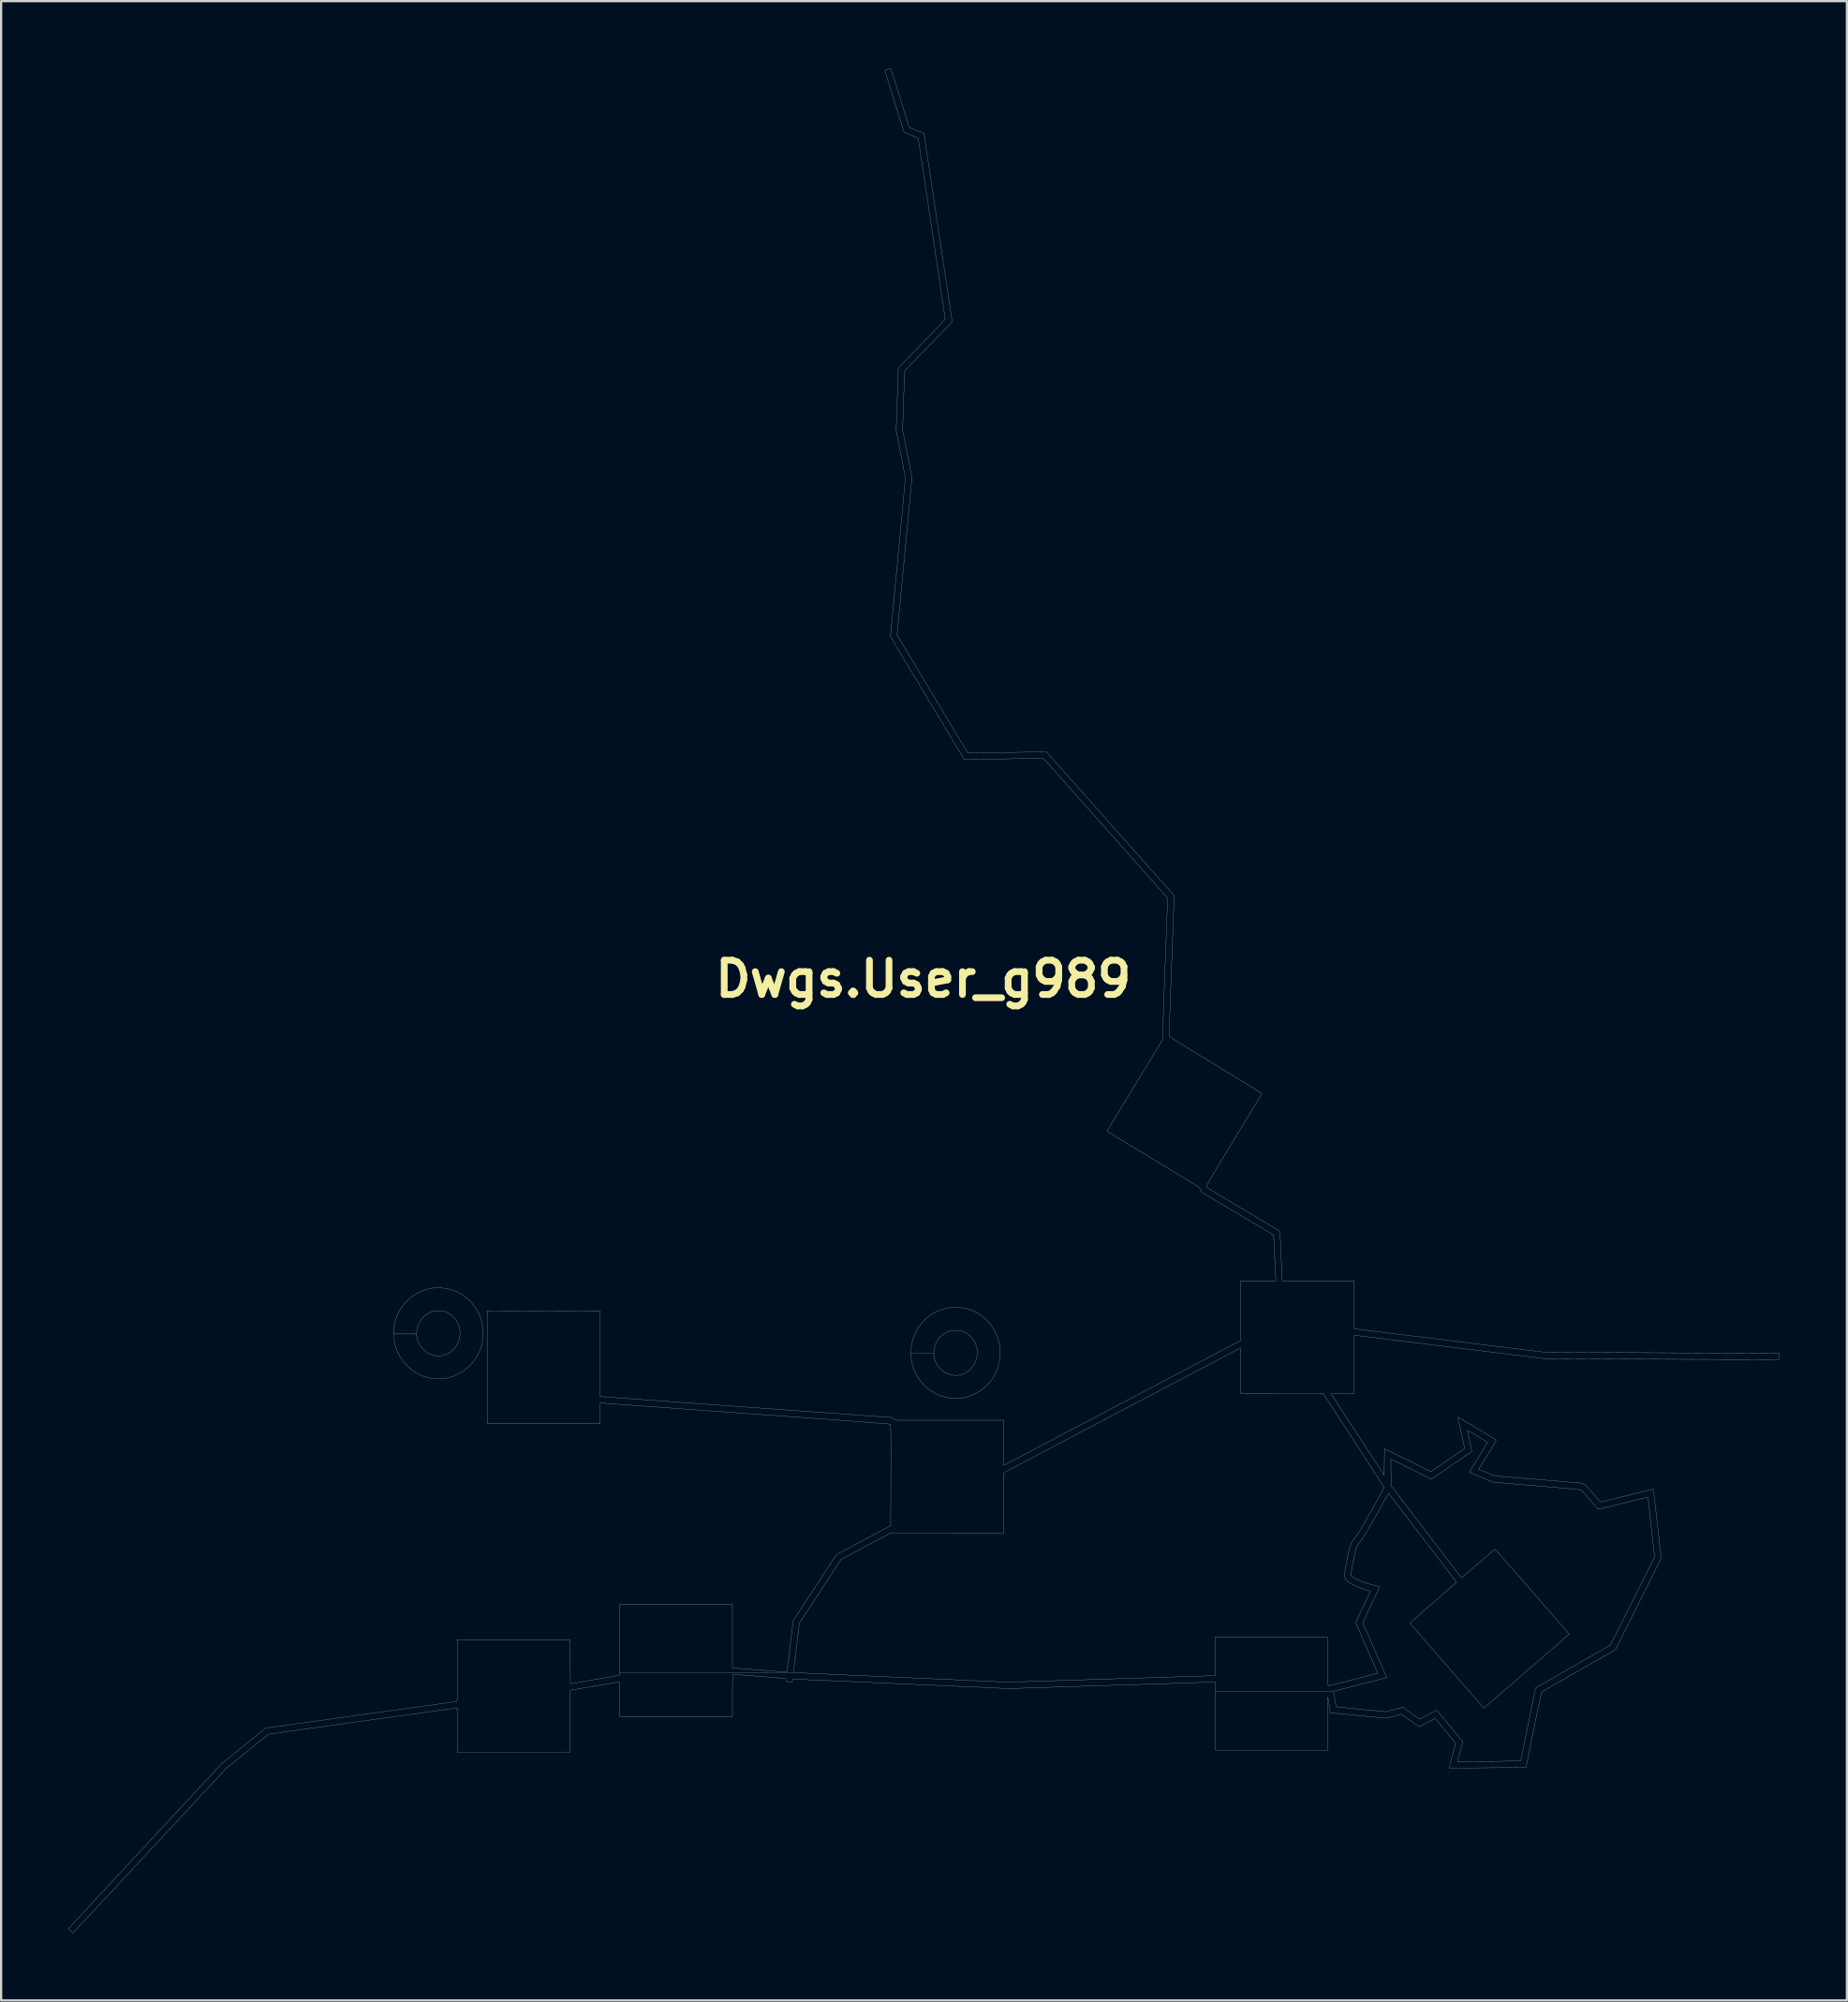
<source format=kicad_pcb>
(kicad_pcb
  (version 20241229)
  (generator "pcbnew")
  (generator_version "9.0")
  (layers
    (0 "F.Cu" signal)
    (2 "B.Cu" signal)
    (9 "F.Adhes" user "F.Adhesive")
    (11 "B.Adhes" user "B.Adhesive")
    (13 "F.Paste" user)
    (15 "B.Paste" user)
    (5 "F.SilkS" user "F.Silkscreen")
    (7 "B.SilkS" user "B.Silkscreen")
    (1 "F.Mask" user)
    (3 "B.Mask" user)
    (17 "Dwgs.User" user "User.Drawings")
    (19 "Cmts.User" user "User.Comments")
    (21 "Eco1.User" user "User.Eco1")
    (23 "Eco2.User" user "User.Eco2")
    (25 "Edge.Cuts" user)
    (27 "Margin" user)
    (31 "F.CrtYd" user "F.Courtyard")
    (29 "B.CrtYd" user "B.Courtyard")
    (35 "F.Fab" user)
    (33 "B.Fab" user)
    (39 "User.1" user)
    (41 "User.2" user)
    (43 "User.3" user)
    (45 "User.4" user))
  (footprint "Dwgs.User_g989"
    (layer "F.Cu")
    (at 38.016 40.484)
    (property "Reference" "Dwgs.User_g989" (at 0 0 0) (layer "F.SilkS") (effects (font (size 1.524 1.524) (thickness 0.3))))
    (attr through_hole)
    (fp_poly (pts (xy 1.619 14.608) (xy 1.902 14.652) (xy 2.166 14.734) (xy 2.414 14.855) (xy 2.645 15.015) (xy 2.859 15.214) (xy 3.043 15.433) (xy 3.188 15.663) (xy 3.298 15.909) (xy 3.314 15.954) (xy 3.389 16.238) (xy 3.423 16.527) (xy 3.416 16.815) (xy 3.369 17.1) (xy 3.282 17.376) (xy 3.229 17.497) (xy 3.155 17.645) (xy 3.083 17.766) (xy 3.004 17.876) (xy 2.907 17.99) (xy 2.874 18.025) (xy 2.663 18.221) (xy 2.427 18.382) (xy 2.167 18.509) (xy 1.974 18.576) (xy 1.885 18.601) (xy 1.801 18.618) (xy 1.709 18.629) (xy 1.598 18.636) (xy 1.492 18.639) (xy 1.302 18.64) (xy 1.151 18.631) (xy 1.057 18.617) (xy 0.776 18.538) (xy 0.515 18.423) (xy 0.276 18.273) (xy 0.062 18.094) (xy -0.125 17.885) (xy -0.282 17.652) (xy -0.406 17.395) (xy -0.495 17.118) (xy -0.512 17.043) (xy -0.539 16.853) (xy -0.549 16.646) (xy 0.466 16.646) (xy 0.489 16.842) (xy 0.497 16.876) (xy 0.565 17.063) (xy 0.664 17.228) (xy 0.789 17.369) (xy 0.936 17.483) (xy 1.099 17.567) (xy 1.274 17.618) (xy 1.457 17.632) (xy 1.642 17.608) (xy 1.662 17.603) (xy 1.851 17.531) (xy 2.018 17.425) (xy 2.159 17.288) (xy 2.272 17.124) (xy 2.354 16.935) (xy 2.385 16.819) (xy 2.406 16.622) (xy 2.387 16.427) (xy 2.332 16.239) (xy 2.242 16.066) (xy 2.12 15.912) (xy 1.969 15.784) (xy 1.904 15.742) (xy 1.736 15.668) (xy 1.554 15.628) (xy 1.367 15.623) (xy 1.185 15.652) (xy 1.052 15.701) (xy 0.882 15.803) (xy 0.737 15.934) (xy 0.62 16.09) (xy 0.534 16.265) (xy 0.482 16.452) (xy 0.466 16.646) (xy -0.549 16.646) (xy -0.549 16.644) (xy -0.541 16.43) (xy -0.516 16.227) (xy -0.478 16.059) (xy -0.375 15.782) (xy -0.24 15.529) (xy -0.075 15.301) (xy 0.117 15.103) (xy 0.333 14.934) (xy 0.57 14.798) (xy 0.825 14.695) (xy 1.095 14.629) (xy 1.378 14.601) (xy 1.619 14.608)) (stroke (width 0.01) (type solid)) (fill no) (layer "Dwgs.User"))
    (fp_poly (pts (xy -21.194 13.767) (xy -20.923 13.838) (xy -20.668 13.946) (xy -20.431 14.088) (xy -20.217 14.263) (xy -20.027 14.47) (xy -19.865 14.706) (xy -19.778 14.87) (xy -19.709 15.027) (xy -19.658 15.17) (xy -19.623 15.311) (xy -19.603 15.461) (xy -19.593 15.634) (xy -19.592 15.759) (xy -19.595 15.939) (xy -19.607 16.09) (xy -19.628 16.224) (xy -19.663 16.353) (xy -19.712 16.491) (xy -19.755 16.593) (xy -19.883 16.837) (xy -20.046 17.062) (xy -20.239 17.262) (xy -20.457 17.434) (xy -20.698 17.576) (xy -20.955 17.684) (xy -21.206 17.75) (xy -21.334 17.767) (xy -21.487 17.776) (xy -21.648 17.776) (xy -21.802 17.768) (xy -21.933 17.751) (xy -21.95 17.748) (xy -22.226 17.67) (xy -22.484 17.556) (xy -22.721 17.408) (xy -22.934 17.23) (xy -23.121 17.023) (xy -23.278 16.791) (xy -23.404 16.537) (xy -23.494 16.264) (xy -23.529 16.1) (xy -23.551 15.904) (xy -23.553 15.787) (xy -22.54 15.787) (xy -22.519 15.964) (xy -22.462 16.145) (xy -22.37 16.314) (xy -22.249 16.465) (xy -22.106 16.589) (xy -21.997 16.656) (xy -21.887 16.707) (xy -21.792 16.738) (xy -21.694 16.754) (xy -21.578 16.757) (xy -21.522 16.755) (xy -21.42 16.749) (xy -21.342 16.736) (xy -21.268 16.712) (xy -21.178 16.672) (xy -21.177 16.672) (xy -21.005 16.569) (xy -20.863 16.442) (xy -20.752 16.294) (xy -20.672 16.132) (xy -20.622 15.959) (xy -20.602 15.78) (xy -20.613 15.601) (xy -20.654 15.426) (xy -20.726 15.26) (xy -20.828 15.107) (xy -20.962 14.973) (xy -21.126 14.862) (xy -21.163 14.843) (xy -21.233 14.809) (xy -21.289 14.786) (xy -21.341 14.773) (xy -21.403 14.766) (xy -21.486 14.764) (xy -21.568 14.764) (xy -21.676 14.765) (xy -21.754 14.768) (xy -21.813 14.777) (xy -21.865 14.792) (xy -21.923 14.816) (xy -21.95 14.829) (xy -22.123 14.933) (xy -22.269 15.067) (xy -22.387 15.225) (xy -22.473 15.401) (xy -22.525 15.59) (xy -22.54 15.787) (xy -23.553 15.787) (xy -23.554 15.69) (xy -23.538 15.474) (xy -23.505 15.275) (xy -23.496 15.24) (xy -23.408 14.973) (xy -23.284 14.725) (xy -23.128 14.497) (xy -22.944 14.293) (xy -22.736 14.115) (xy -22.506 13.968) (xy -22.259 13.854) (xy -21.997 13.776) (xy -21.769 13.74) (xy -21.477 13.734) (xy -21.194 13.767)) (stroke (width 0.01) (type solid)) (fill no) (layer "Dwgs.User"))
    (fp_poly (pts (xy -1.441 -40.472) (xy -1.433 -40.449) (xy -1.413 -40.389) (xy -1.383 -40.295) (xy -1.343 -40.171) (xy -1.296 -40.021) (xy -1.241 -39.847) (xy -1.181 -39.654) (xy -1.115 -39.445) (xy -1.046 -39.222) (xy -1.027 -39.16) (xy -0.624 -37.869) (xy 0.031 -37.6) (xy 0.659 -33.411) (xy 1.287 -29.222) (xy 0.66 -28.576) (xy 0.504 -28.417) (xy 0.34 -28.248) (xy 0.172 -28.075) (xy 0.009 -27.907) (xy -0.145 -27.749) (xy -0.282 -27.608) (xy -0.394 -27.493) (xy -0.82 -27.055) (xy -0.832 -26.889) (xy -0.836 -26.836) (xy -0.84 -26.746) (xy -0.845 -26.622) (xy -0.851 -26.47) (xy -0.857 -26.294) (xy -0.864 -26.098) (xy -0.871 -25.888) (xy -0.879 -25.668) (xy -0.882 -25.564) (xy -0.919 -24.405) (xy -0.711 -23.35) (xy -0.504 -22.295) (xy -0.836 -18.796) (xy -1.168 -15.297) (xy 1.979 -10.051) (xy 3.006 -10.063) (xy 3.244 -10.066) (xy 3.497 -10.069) (xy 3.757 -10.073) (xy 4.014 -10.077) (xy 4.259 -10.081) (xy 4.484 -10.084) (xy 4.679 -10.088) (xy 4.752 -10.089) (xy 5.472 -10.103) (xy 8.308 -6.913) (xy 11.144 -3.724) (xy 11.15 -3.613) (xy 11.15 -3.579) (xy 11.148 -3.506) (xy 11.145 -3.395) (xy 11.14 -3.249) (xy 11.134 -3.071) (xy 11.127 -2.863) (xy 11.119 -2.627) (xy 11.11 -2.367) (xy 11.099 -2.085) (xy 11.088 -1.783) (xy 11.077 -1.464) (xy 11.064 -1.129) (xy 11.051 -0.783) (xy 11.041 -0.517) (xy 11.027 -0.164) (xy 11.015 0.178) (xy 11.002 0.506) (xy 10.991 0.819) (xy 10.981 1.112) (xy 10.971 1.385) (xy 10.962 1.635) (xy 10.955 1.859) (xy 10.948 2.054) (xy 10.943 2.219) (xy 10.94 2.351) (xy 10.937 2.448) (xy 10.936 2.506) (xy 10.937 2.524) (xy 10.943 2.535) (xy 10.958 2.551) (xy 10.985 2.573) (xy 11.026 2.603) (xy 11.081 2.641) (xy 11.154 2.689) (xy 11.245 2.748) (xy 11.358 2.819) (xy 11.492 2.903) (xy 11.652 3.002) (xy 11.837 3.116) (xy 12.051 3.247) (xy 12.294 3.396) (xy 12.57 3.564) (xy 12.879 3.752) (xy 13.009 3.831) (xy 13.279 3.995) (xy 13.538 4.153) (xy 13.785 4.304) (xy 14.016 4.446) (xy 14.231 4.577) (xy 14.426 4.698) (xy 14.599 4.805) (xy 14.748 4.897) (xy 14.871 4.974) (xy 14.966 5.034) (xy 15.03 5.075) (xy 15.06 5.096) (xy 15.063 5.098) (xy 15.051 5.118) (xy 15.019 5.171) (xy 14.967 5.256) (xy 14.898 5.37) (xy 14.812 5.511) (xy 14.712 5.677) (xy 14.597 5.865) (xy 14.471 6.074) (xy 14.333 6.299) (xy 14.187 6.541) (xy 14.032 6.795) (xy 13.871 7.061) (xy 13.82 7.144) (xy 13.657 7.412) (xy 13.5 7.672) (xy 13.351 7.919) (xy 13.211 8.152) (xy 13.081 8.368) (xy 12.964 8.565) (xy 12.859 8.741) (xy 12.769 8.894) (xy 12.696 9.02) (xy 12.64 9.118) (xy 12.602 9.185) (xy 12.585 9.219) (xy 12.584 9.222) (xy 12.589 9.233) (xy 12.603 9.249) (xy 12.631 9.271) (xy 12.672 9.302) (xy 12.731 9.341) (xy 12.808 9.39) (xy 12.905 9.452) (xy 13.026 9.526) (xy 13.172 9.614) (xy 13.344 9.718) (xy 13.546 9.838) (xy 13.779 9.977) (xy 14.045 10.135) (xy 14.213 10.236) (xy 14.454 10.378) (xy 14.684 10.515) (xy 14.901 10.645) (xy 15.102 10.765) (xy 15.286 10.874) (xy 15.448 10.972) (xy 15.587 11.055) (xy 15.699 11.124) (xy 15.783 11.175) (xy 15.836 11.208) (xy 15.855 11.221) (xy 15.858 11.245) (xy 15.863 11.308) (xy 15.87 11.403) (xy 15.877 11.527) (xy 15.885 11.674) (xy 15.893 11.841) (xy 15.901 12.022) (xy 15.904 12.081) (xy 15.913 12.277) (xy 15.921 12.471) (xy 15.93 12.655) (xy 15.937 12.823) (xy 15.944 12.968) (xy 15.95 13.085) (xy 15.954 13.166) (xy 15.954 13.171) (xy 15.966 13.42) (xy 19.156 13.42) (xy 19.156 14.489) (xy 19.156 14.734) (xy 19.157 14.941) (xy 19.158 15.112) (xy 19.159 15.249) (xy 19.161 15.357) (xy 19.164 15.438) (xy 19.168 15.495) (xy 19.173 15.532) (xy 19.178 15.552) (xy 19.184 15.557) (xy 19.208 15.56) (xy 19.271 15.568) (xy 19.373 15.58) (xy 19.511 15.597) (xy 19.682 15.618) (xy 19.886 15.642) (xy 20.119 15.671) (xy 20.38 15.703) (xy 20.668 15.739) (xy 20.979 15.777) (xy 21.312 15.818) (xy 21.666 15.862) (xy 22.037 15.908) (xy 22.424 15.955) (xy 22.825 16.005) (xy 23.238 16.056) (xy 23.412 16.078) (xy 27.612 16.598) (xy 31.803 16.618) (xy 32.238 16.62) (xy 32.672 16.622) (xy 33.101 16.624) (xy 33.523 16.626) (xy 33.936 16.628) (xy 34.335 16.63) (xy 34.72 16.632) (xy 35.087 16.633) (xy 35.432 16.635) (xy 35.755 16.636) (xy 36.051 16.638) (xy 36.318 16.639) (xy 36.553 16.64) (xy 36.754 16.641) (xy 36.918 16.642) (xy 37.031 16.643) (xy 38.068 16.648) (xy 38.075 16.772) (xy 38.075 16.842) (xy 38.071 16.895) (xy 38.064 16.915) (xy 38.041 16.916) (xy 37.978 16.917) (xy 37.877 16.918) (xy 37.738 16.919) (xy 37.565 16.92) (xy 37.358 16.92) (xy 37.119 16.921) (xy 36.852 16.921) (xy 36.556 16.92) (xy 36.234 16.92) (xy 35.889 16.919) (xy 35.521 16.919) (xy 35.132 16.918) (xy 34.725 16.917) (xy 34.301 16.915) (xy 33.861 16.914) (xy 33.409 16.912) (xy 32.945 16.91) (xy 32.861 16.91) (xy 27.675 16.888) (xy 23.474 16.371) (xy 23.056 16.32) (xy 22.649 16.27) (xy 22.255 16.221) (xy 21.875 16.174) (xy 21.513 16.13) (xy 21.169 16.087) (xy 20.847 16.048) (xy 20.547 16.01) (xy 20.273 15.976) (xy 20.025 15.946) (xy 19.806 15.919) (xy 19.619 15.895) (xy 19.464 15.876) (xy 19.345 15.861) (xy 19.263 15.851) (xy 19.22 15.845) (xy 19.214 15.844) (xy 19.156 15.834) (xy 19.156 18.435) (xy 18.646 18.441) (xy 18.137 18.447) (xy 19.318 20.26) (xy 20.5 22.073) (xy 20.506 21.482) (xy 20.507 21.329) (xy 20.509 21.191) (xy 20.512 21.072) (xy 20.514 20.979) (xy 20.517 20.918) (xy 20.52 20.892) (xy 20.52 20.892) (xy 20.54 20.901) (xy 20.594 20.927) (xy 20.68 20.969) (xy 20.792 21.024) (xy 20.929 21.092) (xy 21.086 21.17) (xy 21.26 21.256) (xy 21.448 21.349) (xy 21.553 21.401) (xy 22.577 21.911) (xy 23.137 21.525) (xy 23.284 21.424) (xy 23.429 21.323) (xy 23.567 21.228) (xy 23.691 21.143) (xy 23.794 21.072) (xy 23.871 21.019) (xy 23.889 21.006) (xy 24.082 20.872) (xy 23.926 20.18) (xy 23.889 20.015) (xy 23.856 19.864) (xy 23.827 19.731) (xy 23.804 19.622) (xy 23.787 19.541) (xy 23.778 19.493) (xy 23.777 19.481) (xy 23.796 19.49) (xy 23.847 19.518) (xy 23.925 19.563) (xy 24.027 19.623) (xy 24.147 19.694) (xy 24.282 19.774) (xy 24.426 19.861) (xy 24.577 19.951) (xy 24.729 20.043) (xy 24.878 20.133) (xy 25.02 20.22) (xy 25.151 20.3) (xy 25.266 20.37) (xy 25.36 20.429) (xy 25.43 20.473) (xy 25.471 20.501) (xy 25.48 20.508) (xy 25.471 20.53) (xy 25.442 20.584) (xy 25.396 20.665) (xy 25.334 20.77) (xy 25.261 20.893) (xy 25.177 21.032) (xy 25.096 21.165) (xy 24.704 21.802) (xy 24.782 21.835) (xy 24.83 21.855) (xy 24.908 21.887) (xy 25.005 21.927) (xy 25.112 21.972) (xy 25.14 21.983) (xy 25.42 22.098) (xy 27.352 22.257) (xy 27.635 22.28) (xy 27.907 22.303) (xy 28.165 22.325) (xy 28.406 22.345) (xy 28.626 22.364) (xy 28.823 22.38) (xy 28.993 22.395) (xy 29.133 22.407) (xy 29.241 22.417) (xy 29.313 22.424) (xy 29.347 22.427) (xy 29.348 22.428) (xy 29.373 22.437) (xy 29.406 22.46) (xy 29.449 22.499) (xy 29.507 22.559) (xy 29.582 22.642) (xy 29.677 22.753) (xy 29.76 22.85) (xy 29.867 22.976) (xy 29.951 23.073) (xy 30.015 23.145) (xy 30.062 23.195) (xy 30.098 23.227) (xy 30.124 23.244) (xy 30.146 23.251) (xy 30.166 23.25) (xy 30.173 23.249) (xy 30.205 23.242) (xy 30.275 23.225) (xy 30.377 23.2) (xy 30.508 23.168) (xy 30.664 23.13) (xy 30.841 23.086) (xy 31.034 23.038) (xy 31.24 22.987) (xy 31.333 22.964) (xy 31.542 22.912) (xy 31.739 22.863) (xy 31.92 22.819) (xy 32.081 22.779) (xy 32.218 22.746) (xy 32.328 22.72) (xy 32.406 22.701) (xy 32.449 22.692) (xy 32.455 22.691) (xy 32.462 22.705) (xy 32.472 22.747) (xy 32.484 22.82) (xy 32.498 22.924) (xy 32.516 23.062) (xy 32.537 23.235) (xy 32.562 23.444) (xy 32.59 23.691) (xy 32.622 23.977) (xy 32.649 24.227) (xy 32.817 25.763) (xy 30.787 29.824) (xy 29.168 30.748) (xy 28.926 30.886) (xy 28.695 31.018) (xy 28.477 31.143) (xy 28.274 31.259) (xy 28.089 31.366) (xy 27.926 31.46) (xy 27.786 31.541) (xy 27.672 31.608) (xy 27.588 31.657) (xy 27.535 31.689) (xy 27.517 31.701) (xy 27.506 31.728) (xy 27.487 31.796) (xy 27.461 31.905) (xy 27.427 32.053) (xy 27.386 32.241) (xy 27.338 32.468) (xy 27.282 32.733) (xy 27.219 33.035) (xy 27.15 33.375) (xy 27.145 33.396) (xy 26.806 35.063) (xy 25.103 35.077) (xy 24.839 35.08) (xy 24.587 35.081) (xy 24.35 35.083) (xy 24.132 35.084) (xy 23.936 35.085) (xy 23.765 35.085) (xy 23.622 35.085) (xy 23.511 35.085) (xy 23.434 35.084) (xy 23.396 35.083) (xy 23.391 35.083) (xy 23.394 35.06) (xy 23.406 35.003) (xy 23.427 34.92) (xy 23.454 34.815) (xy 23.483 34.708) (xy 23.52 34.574) (xy 23.558 34.44) (xy 23.592 34.317) (xy 23.62 34.216) (xy 23.633 34.167) (xy 23.682 33.992) (xy 23.226 33.437) (xy 23.118 33.306) (xy 23.019 33.186) (xy 22.932 33.08) (xy 22.86 32.993) (xy 22.807 32.928) (xy 22.775 32.89) (xy 22.767 32.88) (xy 22.749 32.889) (xy 22.699 32.914) (xy 22.623 32.954) (xy 22.528 33.005) (xy 22.418 33.063) (xy 22.413 33.066) (xy 22.061 33.255) (xy 21.664 32.976) (xy 21.267 32.697) (xy 20.933 32.785) (xy 20.6 32.872) (xy 19.354 32.753) (xy 19.129 32.731) (xy 18.917 32.711) (xy 18.722 32.692) (xy 18.547 32.675) (xy 18.395 32.66) (xy 18.272 32.648) (xy 18.18 32.639) (xy 18.123 32.633) (xy 18.104 32.631) (xy 18.1 32.61) (xy 18.091 32.554) (xy 18.078 32.471) (xy 18.062 32.366) (xy 18.049 32.279) (xy 17.996 31.93) (xy 17.994 33.11) (xy 17.992 34.29) (xy 12.975 34.29) (xy 12.975 31.673) (xy 18.253 31.673) (xy 18.253 31.696) (xy 18.26 31.752) (xy 18.271 31.833) (xy 18.287 31.929) (xy 18.304 32.033) (xy 18.322 32.135) (xy 18.339 32.228) (xy 18.354 32.302) (xy 18.365 32.35) (xy 18.37 32.362) (xy 18.395 32.367) (xy 18.457 32.374) (xy 18.554 32.385) (xy 18.68 32.399) (xy 18.833 32.415) (xy 19.008 32.432) (xy 19.201 32.451) (xy 19.408 32.471) (xy 19.487 32.479) (xy 20.585 32.583) (xy 20.951 32.484) (xy 21.318 32.385) (xy 21.691 32.644) (xy 21.802 32.721) (xy 21.901 32.789) (xy 21.982 32.845) (xy 22.042 32.886) (xy 22.074 32.907) (xy 22.077 32.909) (xy 22.087 32.908) (xy 22.111 32.898) (xy 22.152 32.879) (xy 22.213 32.847) (xy 22.299 32.802) (xy 22.412 32.742) (xy 22.556 32.664) (xy 22.684 32.595) (xy 22.836 32.512) (xy 23.418 33.218) (xy 23.999 33.924) (xy 23.877 34.361) (xy 23.755 34.798) (xy 24.699 34.795) (xy 24.917 34.794) (xy 25.141 34.793) (xy 25.362 34.791) (xy 25.573 34.789) (xy 25.767 34.786) (xy 25.936 34.783) (xy 26.073 34.78) (xy 26.109 34.779) (xy 26.575 34.766) (xy 26.904 33.147) (xy 27.233 31.528) (xy 28.894 30.576) (xy 30.555 29.625) (xy 31.541 27.666) (xy 32.527 25.707) (xy 32.384 24.416) (xy 32.358 24.185) (xy 32.334 23.967) (xy 32.312 23.764) (xy 32.291 23.58) (xy 32.273 23.419) (xy 32.258 23.286) (xy 32.246 23.182) (xy 32.238 23.113) (xy 32.234 23.082) (xy 32.234 23.081) (xy 32.23 23.072) (xy 32.222 23.066) (xy 32.205 23.063) (xy 32.177 23.065) (xy 32.133 23.071) (xy 32.071 23.083) (xy 31.988 23.101) (xy 31.88 23.126) (xy 31.744 23.159) (xy 31.577 23.2) (xy 31.375 23.249) (xy 31.136 23.308) (xy 30.928 23.36) (xy 30.732 23.408) (xy 30.552 23.452) (xy 30.391 23.49) (xy 30.255 23.522) (xy 30.146 23.548) (xy 30.069 23.565) (xy 30.027 23.573) (xy 30.021 23.574) (xy 30.001 23.557) (xy 29.957 23.512) (xy 29.894 23.444) (xy 29.816 23.356) (xy 29.726 23.253) (xy 29.643 23.156) (xy 29.546 23.043) (xy 29.459 22.941) (xy 29.383 22.853) (xy 29.324 22.784) (xy 29.285 22.739) (xy 29.271 22.723) (xy 29.248 22.719) (xy 29.185 22.711) (xy 29.086 22.7) (xy 28.954 22.687) (xy 28.791 22.671) (xy 28.602 22.653) (xy 28.387 22.634) (xy 28.152 22.613) (xy 27.898 22.591) (xy 27.628 22.568) (xy 27.347 22.544) (xy 27.297 22.54) (xy 25.343 22.377) (xy 24.921 22.204) (xy 24.749 22.133) (xy 24.612 22.076) (xy 24.506 22.032) (xy 24.427 21.998) (xy 24.371 21.974) (xy 24.334 21.956) (xy 24.313 21.944) (xy 24.303 21.936) (xy 24.299 21.93) (xy 24.299 21.927) (xy 24.31 21.906) (xy 24.341 21.853) (xy 24.388 21.772) (xy 24.451 21.668) (xy 24.525 21.544) (xy 24.61 21.406) (xy 24.691 21.272) (xy 24.783 21.124) (xy 24.866 20.986) (xy 24.941 20.864) (xy 25.002 20.762) (xy 25.049 20.683) (xy 25.079 20.633) (xy 25.088 20.615) (xy 25.072 20.6) (xy 25.026 20.568) (xy 24.955 20.521) (xy 24.865 20.464) (xy 24.763 20.401) (xy 24.655 20.334) (xy 24.546 20.267) (xy 24.442 20.205) (xy 24.35 20.151) (xy 24.275 20.108) (xy 24.224 20.08) (xy 24.202 20.071) (xy 24.202 20.072) (xy 24.205 20.093) (xy 24.216 20.15) (xy 24.234 20.236) (xy 24.257 20.346) (xy 24.286 20.473) (xy 24.301 20.542) (xy 24.336 20.7) (xy 24.362 20.821) (xy 24.378 20.909) (xy 24.386 20.969) (xy 24.386 21.005) (xy 24.38 21.021) (xy 24.379 21.021) (xy 24.357 21.036) (xy 24.303 21.073) (xy 24.222 21.128) (xy 24.115 21.201) (xy 23.988 21.289) (xy 23.843 21.388) (xy 23.684 21.498) (xy 23.513 21.615) (xy 23.478 21.64) (xy 22.603 22.242) (xy 21.704 21.797) (xy 21.524 21.708) (xy 21.355 21.625) (xy 21.201 21.55) (xy 21.067 21.485) (xy 20.957 21.431) (xy 20.872 21.392) (xy 20.819 21.367) (xy 20.799 21.36) (xy 20.798 21.382) (xy 20.797 21.441) (xy 20.797 21.532) (xy 20.798 21.649) (xy 20.8 21.786) (xy 20.802 21.938) (xy 20.802 21.957) (xy 20.812 22.546) (xy 22.367 24.581) (xy 22.565 24.84) (xy 22.755 25.09) (xy 22.937 25.328) (xy 23.109 25.552) (xy 23.27 25.761) (xy 23.416 25.952) (xy 23.548 26.123) (xy 23.663 26.273) (xy 23.76 26.399) (xy 23.838 26.498) (xy 23.894 26.57) (xy 23.927 26.612) (xy 23.936 26.623) (xy 23.955 26.61) (xy 24.002 26.573) (xy 24.074 26.513) (xy 24.169 26.433) (xy 24.283 26.337) (xy 24.412 26.226) (xy 24.553 26.104) (xy 24.681 25.993) (xy 24.831 25.863) (xy 24.971 25.742) (xy 25.099 25.633) (xy 25.211 25.539) (xy 25.304 25.462) (xy 25.374 25.406) (xy 25.419 25.372) (xy 25.434 25.363) (xy 25.45 25.38) (xy 25.493 25.426) (xy 25.56 25.5) (xy 25.649 25.601) (xy 25.759 25.725) (xy 25.888 25.872) (xy 26.035 26.038) (xy 26.197 26.223) (xy 26.372 26.424) (xy 26.56 26.639) (xy 26.758 26.867) (xy 26.965 27.104) (xy 27.092 27.251) (xy 28.728 29.134) (xy 28.667 29.188) (xy 28.608 29.24) (xy 28.523 29.314) (xy 28.414 29.409) (xy 28.284 29.522) (xy 28.135 29.651) (xy 27.97 29.795) (xy 27.791 29.95) (xy 27.601 30.116) (xy 27.401 30.289) (xy 27.195 30.468) (xy 26.984 30.651) (xy 26.772 30.835) (xy 26.56 31.018) (xy 26.351 31.2) (xy 26.147 31.376) (xy 25.951 31.546) (xy 25.765 31.706) (xy 25.592 31.856) (xy 25.434 31.993) (xy 25.294 32.114) (xy 25.173 32.218) (xy 25.075 32.303) (xy 25.001 32.366) (xy 24.954 32.406) (xy 24.937 32.42) (xy 24.937 32.42) (xy 24.922 32.405) (xy 24.881 32.36) (xy 24.817 32.288) (xy 24.731 32.192) (xy 24.626 32.072) (xy 24.504 31.933) (xy 24.367 31.776) (xy 24.217 31.604) (xy 24.055 31.419) (xy 23.885 31.224) (xy 23.708 31.021) (xy 23.527 30.812) (xy 23.343 30.6) (xy 23.158 30.387) (xy 22.975 30.176) (xy 22.795 29.969) (xy 22.622 29.769) (xy 22.456 29.577) (xy 22.3 29.397) (xy 22.156 29.23) (xy 22.027 29.08) (xy 21.913 28.947) (xy 21.818 28.836) (xy 21.743 28.748) (xy 21.691 28.686) (xy 21.664 28.652) (xy 21.66 28.646) (xy 21.674 28.629) (xy 21.718 28.587) (xy 21.788 28.521) (xy 21.883 28.435) (xy 21.999 28.331) (xy 22.134 28.211) (xy 22.285 28.078) (xy 22.45 27.933) (xy 22.625 27.78) (xy 22.687 27.727) (xy 23.722 26.829) (xy 23.591 26.659) (xy 23.56 26.619) (xy 23.506 26.548) (xy 23.43 26.448) (xy 23.333 26.322) (xy 23.219 26.172) (xy 23.088 26.001) (xy 22.943 25.811) (xy 22.785 25.604) (xy 22.616 25.384) (xy 22.439 25.151) (xy 22.255 24.91) (xy 22.088 24.691) (xy 21.902 24.448) (xy 21.724 24.214) (xy 21.554 23.991) (xy 21.395 23.783) (xy 21.248 23.59) (xy 21.115 23.416) (xy 20.998 23.262) (xy 20.898 23.131) (xy 20.816 23.025) (xy 20.756 22.946) (xy 20.717 22.896) (xy 20.703 22.877) (xy 20.703 22.877) (xy 20.69 22.891) (xy 20.66 22.938) (xy 20.615 23.013) (xy 20.557 23.111) (xy 20.491 23.228) (xy 20.418 23.36) (xy 20.407 23.38) (xy 20.209 23.738) (xy 20.027 24.058) (xy 19.863 24.342) (xy 19.715 24.589) (xy 19.582 24.801) (xy 19.465 24.978) (xy 19.362 25.121) (xy 19.326 25.167) (xy 19.303 25.202) (xy 19.281 25.25) (xy 19.257 25.313) (xy 19.233 25.396) (xy 19.206 25.502) (xy 19.177 25.633) (xy 19.144 25.793) (xy 19.107 25.986) (xy 19.064 26.214) (xy 19.019 26.463) (xy 19.02 26.508) (xy 19.043 26.55) (xy 19.092 26.593) (xy 19.172 26.643) (xy 19.262 26.69) (xy 19.451 26.775) (xy 19.679 26.858) (xy 19.943 26.938) (xy 20.045 26.965) (xy 20.139 26.991) (xy 20.217 27.012) (xy 20.27 27.028) (xy 20.29 27.035) (xy 20.283 27.055) (xy 20.259 27.109) (xy 20.221 27.194) (xy 20.169 27.304) (xy 20.107 27.436) (xy 20.036 27.587) (xy 19.958 27.752) (xy 19.918 27.834) (xy 19.837 28.004) (xy 19.763 28.163) (xy 19.696 28.305) (xy 19.64 28.428) (xy 19.596 28.527) (xy 19.565 28.598) (xy 19.551 28.636) (xy 19.55 28.642) (xy 19.563 28.669) (xy 19.591 28.73) (xy 19.632 28.821) (xy 19.684 28.938) (xy 19.745 29.077) (xy 19.814 29.233) (xy 19.889 29.404) (xy 19.968 29.584) (xy 20.049 29.77) (xy 20.131 29.958) (xy 20.212 30.143) (xy 20.29 30.323) (xy 20.364 30.492) (xy 20.43 30.647) (xy 20.489 30.783) (xy 20.538 30.898) (xy 20.575 30.986) (xy 20.599 31.043) (xy 20.608 31.067) (xy 20.608 31.067) (xy 20.586 31.074) (xy 20.527 31.09) (xy 20.435 31.114) (xy 20.312 31.146) (xy 20.163 31.185) (xy 19.991 31.229) (xy 19.801 31.278) (xy 19.595 31.33) (xy 19.428 31.373) (xy 19.213 31.427) (xy 19.01 31.479) (xy 18.824 31.526) (xy 18.658 31.568) (xy 18.515 31.605) (xy 18.4 31.634) (xy 18.315 31.656) (xy 18.266 31.669) (xy 18.253 31.673) (xy 12.975 31.673) (xy 12.975 31.258) (xy 12.652 31.272) (xy 12.584 31.275) (xy 12.476 31.279) (xy 12.334 31.284) (xy 12.16 31.289) (xy 11.958 31.296) (xy 11.731 31.304) (xy 11.484 31.312) (xy 11.219 31.32) (xy 10.941 31.329) (xy 10.652 31.338) (xy 10.357 31.348) (xy 10.329 31.349) (xy 9.789 31.366) (xy 9.262 31.382) (xy 8.749 31.398) (xy 8.253 31.414) (xy 7.775 31.429) (xy 7.319 31.443) (xy 6.885 31.457) (xy 6.476 31.47) (xy 6.094 31.482) (xy 5.741 31.494) (xy 5.419 31.504) (xy 5.129 31.513) (xy 4.875 31.522) (xy 4.658 31.529) (xy 4.48 31.535) (xy 4.392 31.537) (xy 4.124 31.544) (xy 3.867 31.547) (xy 3.629 31.545) (xy 3.422 31.539) (xy 3.397 31.538) (xy 3.299 31.533) (xy 3.164 31.526) (xy 2.997 31.519) (xy 2.805 31.51) (xy 2.594 31.501) (xy 2.367 31.49) (xy 2.132 31.48) (xy 1.893 31.469) (xy 1.778 31.464) (xy 1.608 31.457) (xy 1.4 31.448) (xy 1.157 31.437) (xy 0.883 31.425) (xy 0.582 31.412) (xy 0.257 31.398) (xy -0.089 31.382) (xy -0.45 31.366) (xy -0.824 31.35) (xy -1.207 31.333) (xy -1.595 31.316) (xy -1.985 31.299) (xy -2.372 31.282) (xy -2.556 31.274) (xy -2.916 31.258) (xy -3.266 31.242) (xy -3.603 31.228) (xy -3.924 31.214) (xy -4.228 31.2) (xy -4.51 31.188) (xy -4.77 31.177) (xy -5.004 31.167) (xy -5.211 31.158) (xy -5.388 31.151) (xy -5.532 31.144) (xy -5.641 31.14) (xy -5.713 31.137) (xy -5.746 31.136) (xy -5.746 31.136) (xy -5.796 31.139) (xy -5.817 31.158) (xy -5.821 31.204) (xy -5.821 31.211) (xy -5.824 31.26) (xy -5.839 31.278) (xy -5.868 31.275) (xy -5.919 31.267) (xy -5.988 31.256) (xy -6.013 31.253) (xy -6.072 31.244) (xy -6.098 31.23) (xy -6.103 31.203) (xy -6.101 31.179) (xy -6.1 31.133) (xy -6.122 31.112) (xy -6.141 31.107) (xy -6.169 31.104) (xy -6.235 31.098) (xy -6.333 31.089) (xy -6.459 31.079) (xy -6.607 31.067) (xy -6.775 31.053) (xy -6.955 31.039) (xy -7.145 31.024) (xy -7.338 31.008) (xy -7.53 30.993) (xy -7.717 30.979) (xy -7.893 30.965) (xy -8.054 30.953) (xy -8.195 30.943) (xy -8.311 30.934) (xy -8.397 30.928) (xy -8.449 30.925) (xy -8.461 30.924) (xy -8.468 30.933) (xy -8.473 30.96) (xy -8.478 31.01) (xy -8.481 31.085) (xy -8.484 31.187) (xy -8.486 31.321) (xy -8.487 31.489) (xy -8.488 31.694) (xy -8.488 31.866) (xy -8.488 32.808) (xy -13.504 32.808) (xy -13.504 32.036) (xy -13.505 31.826) (xy -13.506 31.655) (xy -13.507 31.519) (xy -13.51 31.417) (xy -13.514 31.343) (xy -13.519 31.295) (xy -13.525 31.269) (xy -13.531 31.263) (xy -13.556 31.267) (xy -13.619 31.277) (xy -13.716 31.292) (xy -13.843 31.313) (xy -13.995 31.339) (xy -14.168 31.368) (xy -14.36 31.401) (xy -14.565 31.436) (xy -14.631 31.447) (xy -15.706 31.631) (xy -15.706 34.396) (xy -20.722 34.396) (xy -20.727 33.405) (xy -20.733 32.415) (xy -29.121 33.582) (xy -29.227 33.666) (xy -29.265 33.696) (xy -29.332 33.75) (xy -29.424 33.824) (xy -29.538 33.916) (xy -29.671 34.023) (xy -29.818 34.141) (xy -29.976 34.269) (xy -30.141 34.402) (xy -30.16 34.417) (xy -30.986 35.084) (xy -34.396 38.751) (xy -34.708 39.086) (xy -35.012 39.413) (xy -35.307 39.73) (xy -35.592 40.036) (xy -35.866 40.33) (xy -36.127 40.61) (xy -36.375 40.875) (xy -36.607 41.124) (xy -36.823 41.355) (xy -37.021 41.567) (xy -37.2 41.759) (xy -37.36 41.929) (xy -37.497 42.076) (xy -37.612 42.199) (xy -37.704 42.295) (xy -37.77 42.365) (xy -37.809 42.406) (xy -37.821 42.417) (xy -37.843 42.404) (xy -37.885 42.369) (xy -37.927 42.331) (xy -37.974 42.282) (xy -38.005 42.243) (xy -38.011 42.226) (xy -37.996 42.209) (xy -37.954 42.162) (xy -37.885 42.087) (xy -37.792 41.985) (xy -37.674 41.858) (xy -37.534 41.706) (xy -37.373 41.532) (xy -37.191 41.336) (xy -36.991 41.12) (xy -36.774 40.885) (xy -36.54 40.633) (xy -36.291 40.365) (xy -36.029 40.082) (xy -35.754 39.786) (xy -35.468 39.478) (xy -35.172 39.159) (xy -34.868 38.832) (xy -34.611 38.556) (xy -31.218 34.905) (xy -30.234 34.109) (xy -29.249 33.312) (xy -25.012 32.722) (xy -24.593 32.663) (xy -24.186 32.607) (xy -23.791 32.552) (xy -23.412 32.499) (xy -23.049 32.449) (xy -22.706 32.401) (xy -22.383 32.356) (xy -22.084 32.315) (xy -21.809 32.277) (xy -21.562 32.243) (xy -21.344 32.212) (xy -21.156 32.187) (xy -21.001 32.165) (xy -20.882 32.149) (xy -20.799 32.138) (xy -20.755 32.132) (xy -20.749 32.131) (xy -20.743 32.123) (xy -20.738 32.097) (xy -20.734 32.051) (xy -20.731 31.981) (xy -20.728 31.886) (xy -20.726 31.763) (xy -20.725 31.609) (xy -20.723 31.423) (xy -20.723 31.2) (xy -20.722 30.94) (xy -20.722 30.755) (xy -20.722 29.379) (xy -15.706 29.379) (xy -15.701 30.36) (xy -15.695 31.34) (xy -14.743 31.176) (xy -14.541 31.141) (xy -14.348 31.108) (xy -14.168 31.077) (xy -14.007 31.049) (xy -13.868 31.025) (xy -13.757 31.006) (xy -13.68 30.993) (xy -13.647 30.987) (xy -13.504 30.963) (xy -13.504 30.835) (xy -5.766 30.835) (xy -5.765 30.838) (xy -5.743 30.841) (xy -5.682 30.844) (xy -5.583 30.85) (xy -5.449 30.857) (xy -5.283 30.865) (xy -5.087 30.874) (xy -4.864 30.885) (xy -4.616 30.896) (xy -4.345 30.909) (xy -4.055 30.922) (xy -3.747 30.936) (xy -3.424 30.951) (xy -3.089 30.965) (xy -3 30.969) (xy -2.613 30.986) (xy -2.206 31.004) (xy -1.785 31.023) (xy -1.354 31.042) (xy -0.92 31.061) (xy -0.489 31.08) (xy -0.065 31.099) (xy 0.345 31.117) (xy 0.737 31.134) (xy 1.103 31.15) (xy 1.44 31.165) (xy 1.74 31.179) (xy 1.778 31.18) (xy 3.799 31.27) (xy 5.62 31.213) (xy 5.894 31.204) (xy 6.204 31.194) (xy 6.546 31.183) (xy 6.913 31.172) (xy 7.3 31.159) (xy 7.701 31.147) (xy 8.112 31.134) (xy 8.525 31.12) (xy 8.936 31.107) (xy 9.339 31.094) (xy 9.729 31.082) (xy 10.044 31.072) (xy 10.375 31.061) (xy 10.697 31.051) (xy 11.007 31.041) (xy 11.302 31.032) (xy 11.579 31.024) (xy 11.835 31.016) (xy 12.067 31.009) (xy 12.274 31.003) (xy 12.451 30.997) (xy 12.596 30.993) (xy 12.707 30.99) (xy 12.781 30.989) (xy 12.811 30.988) (xy 12.975 30.988) (xy 12.975 29.273) (xy 17.992 29.273) (xy 17.992 30.353) (xy 17.992 30.615) (xy 17.993 30.836) (xy 17.994 31.019) (xy 17.997 31.166) (xy 18 31.278) (xy 18.003 31.359) (xy 18.008 31.409) (xy 18.013 31.431) (xy 18.015 31.433) (xy 18.042 31.427) (xy 18.103 31.413) (xy 18.194 31.391) (xy 18.309 31.363) (xy 18.442 31.329) (xy 18.571 31.296) (xy 18.754 31.249) (xy 18.962 31.196) (xy 19.182 31.14) (xy 19.398 31.085) (xy 19.594 31.034) (xy 19.653 31.019) (xy 19.799 30.982) (xy 19.931 30.947) (xy 20.043 30.918) (xy 20.131 30.895) (xy 20.188 30.879) (xy 20.21 30.872) (xy 20.21 30.872) (xy 20.203 30.852) (xy 20.181 30.796) (xy 20.144 30.709) (xy 20.094 30.594) (xy 20.034 30.454) (xy 19.963 30.292) (xy 19.885 30.112) (xy 19.8 29.918) (xy 19.729 29.757) (xy 19.639 29.552) (xy 19.555 29.359) (xy 19.477 29.18) (xy 19.408 29.02) (xy 19.349 28.881) (xy 19.301 28.768) (xy 19.266 28.683) (xy 19.245 28.631) (xy 19.241 28.615) (xy 19.249 28.589) (xy 19.275 28.529) (xy 19.314 28.44) (xy 19.366 28.327) (xy 19.428 28.193) (xy 19.498 28.045) (xy 19.567 27.901) (xy 19.893 27.221) (xy 19.805 27.197) (xy 19.673 27.158) (xy 19.523 27.108) (xy 19.373 27.054) (xy 19.239 27) (xy 19.187 26.977) (xy 19.018 26.891) (xy 18.89 26.805) (xy 18.8 26.716) (xy 18.749 26.624) (xy 18.733 26.53) (xy 18.737 26.475) (xy 18.748 26.386) (xy 18.766 26.27) (xy 18.788 26.137) (xy 18.813 25.992) (xy 18.841 25.844) (xy 18.869 25.701) (xy 18.896 25.57) (xy 18.921 25.459) (xy 18.932 25.414) (xy 18.984 25.235) (xy 19.04 25.091) (xy 19.102 24.977) (xy 19.161 24.9) (xy 19.218 24.83) (xy 19.287 24.733) (xy 19.37 24.605) (xy 19.469 24.445) (xy 19.584 24.251) (xy 19.678 24.088) (xy 19.734 23.991) (xy 19.787 23.897) (xy 19.842 23.801) (xy 19.9 23.698) (xy 19.964 23.583) (xy 20.036 23.453) (xy 20.12 23.302) (xy 20.217 23.126) (xy 20.33 22.92) (xy 20.419 22.759) (xy 20.454 22.689) (xy 20.478 22.631) (xy 20.486 22.598) (xy 20.485 22.597) (xy 20.473 22.575) (xy 20.439 22.521) (xy 20.385 22.436) (xy 20.312 22.322) (xy 20.222 22.181) (xy 20.116 22.016) (xy 19.995 21.829) (xy 19.862 21.623) (xy 19.716 21.398) (xy 19.561 21.159) (xy 19.397 20.906) (xy 19.226 20.643) (xy 19.135 20.503) (xy 17.791 18.438) (xy 14.119 18.436) (xy 14.108 16.406) (xy 8.842 19.182) (xy 3.577 21.958) (xy 3.577 24.66) (xy -1.492 24.658) (xy -2.574 25.235) (xy -3.656 25.813) (xy -5.514 28.647) (xy -5.644 29.738) (xy -5.669 29.948) (xy -5.692 30.145) (xy -5.713 30.325) (xy -5.73 30.485) (xy -5.745 30.619) (xy -5.756 30.725) (xy -5.763 30.798) (xy -5.766 30.835) (xy -13.504 30.835) (xy -13.504 27.792) (xy -8.488 27.792) (xy -8.488 30.626) (xy -8.419 30.637) (xy -8.381 30.642) (xy -8.307 30.648) (xy -8.202 30.658) (xy -8.071 30.668) (xy -7.918 30.681) (xy -7.748 30.694) (xy -7.566 30.709) (xy -7.376 30.723) (xy -7.182 30.738) (xy -6.991 30.753) (xy -6.805 30.766) (xy -6.63 30.779) (xy -6.471 30.791) (xy -6.331 30.801) (xy -6.216 30.808) (xy -6.131 30.814) (xy -6.079 30.816) (xy -6.066 30.816) (xy -6.062 30.794) (xy -6.054 30.734) (xy -6.042 30.64) (xy -6.026 30.515) (xy -6.007 30.363) (xy -5.986 30.189) (xy -5.963 29.996) (xy -5.939 29.789) (xy -5.925 29.677) (xy -5.792 28.545) (xy -4.828 27.072) (xy -3.863 25.599) (xy -2.656 24.954) (xy -1.45 24.309) (xy -1.445 22.063) (xy -1.444 21.692) (xy -1.443 21.362) (xy -1.443 21.069) (xy -1.443 20.813) (xy -1.444 20.591) (xy -1.445 20.401) (xy -1.446 20.242) (xy -1.448 20.11) (xy -1.45 20.005) (xy -1.452 19.923) (xy -1.455 19.864) (xy -1.459 19.824) (xy -1.463 19.803) (xy -1.466 19.797) (xy -1.489 19.794) (xy -1.552 19.788) (xy -1.655 19.779) (xy -1.795 19.768) (xy -1.97 19.754) (xy -2.18 19.738) (xy -2.421 19.719) (xy -2.694 19.699) (xy -2.996 19.676) (xy -3.325 19.652) (xy -3.679 19.625) (xy -4.058 19.597) (xy -4.46 19.568) (xy -4.882 19.537) (xy -5.323 19.505) (xy -5.782 19.471) (xy -6.257 19.437) (xy -6.746 19.402) (xy -7.248 19.366) (xy -7.76 19.329) (xy -7.789 19.327) (xy -8.304 19.29) (xy -8.808 19.254) (xy -9.301 19.219) (xy -9.78 19.184) (xy -10.244 19.151) (xy -10.691 19.119) (xy -11.119 19.088) (xy -11.527 19.059) (xy -11.913 19.031) (xy -12.276 19.005) (xy -12.613 18.981) (xy -12.923 18.959) (xy -13.204 18.939) (xy -13.455 18.921) (xy -13.674 18.905) (xy -13.859 18.892) (xy -14.009 18.881) (xy -14.122 18.873) (xy -14.195 18.867) (xy -14.229 18.865) (xy -14.229 18.865) (xy -14.371 18.853) (xy -14.377 19.317) (xy -14.383 19.78) (xy -19.399 19.78) (xy -19.399 14.764) (xy -16.886 14.758) (xy -14.372 14.753) (xy -14.372 18.561) (xy -14.303 18.572) (xy -14.277 18.574) (xy -14.21 18.58) (xy -14.104 18.588) (xy -13.961 18.598) (xy -13.782 18.612) (xy -13.569 18.627) (xy -13.324 18.645) (xy -13.048 18.665) (xy -12.742 18.687) (xy -12.41 18.711) (xy -12.052 18.737) (xy -11.669 18.765) (xy -11.264 18.794) (xy -10.838 18.825) (xy -10.393 18.857) (xy -9.931 18.89) (xy -9.452 18.924) (xy -8.959 18.96) (xy -8.454 18.996) (xy -7.938 19.033) (xy -7.811 19.042) (xy -1.386 19.501) (xy -1.298 19.561) (xy -1.209 19.622) (xy 3.577 19.622) (xy 3.588 21.627) (xy 8.853 18.851) (xy 14.118 16.076) (xy 14.118 14.748) (xy 14.118 13.42) (xy 15.683 13.42) (xy 15.672 13.224) (xy 15.668 13.158) (xy 15.663 13.056) (xy 15.656 12.923) (xy 15.649 12.767) (xy 15.641 12.593) (xy 15.632 12.407) (xy 15.623 12.216) (xy 15.623 12.208) (xy 15.615 12.026) (xy 15.606 11.858) (xy 15.599 11.708) (xy 15.592 11.58) (xy 15.586 11.481) (xy 15.581 11.413) (xy 15.577 11.382) (xy 15.577 11.38) (xy 15.558 11.369) (xy 15.505 11.337) (xy 15.421 11.287) (xy 15.308 11.22) (xy 15.17 11.138) (xy 15.008 11.042) (xy 14.826 10.934) (xy 14.626 10.816) (xy 14.411 10.688) (xy 14.183 10.553) (xy 14.002 10.446) (xy 13.765 10.305) (xy 13.537 10.171) (xy 13.322 10.043) (xy 13.122 9.924) (xy 12.94 9.816) (xy 12.779 9.72) (xy 12.641 9.637) (xy 12.529 9.57) (xy 12.446 9.521) (xy 12.395 9.489) (xy 12.379 9.479) (xy 12.327 9.418) (xy 12.309 9.359) (xy 12.295 9.277) (xy 10.232 8.023) (xy 8.17 6.769) (xy 8.21 6.702) (xy 8.226 6.676) (xy 8.263 6.615) (xy 8.319 6.523) (xy 8.393 6.402) (xy 8.482 6.255) (xy 8.586 6.084) (xy 8.704 5.891) (xy 8.833 5.678) (xy 8.972 5.449) (xy 9.12 5.206) (xy 9.276 4.95) (xy 9.437 4.685) (xy 9.458 4.651) (xy 10.665 2.665) (xy 10.654 2.513) (xy 10.654 2.473) (xy 10.655 2.394) (xy 10.657 2.278) (xy 10.661 2.127) (xy 10.666 1.944) (xy 10.673 1.733) (xy 10.681 1.495) (xy 10.689 1.233) (xy 10.699 0.95) (xy 10.71 0.648) (xy 10.721 0.33) (xy 10.733 -0.001) (xy 10.746 -0.343) (xy 10.75 -0.455) (xy 10.763 -0.8) (xy 10.776 -1.135) (xy 10.788 -1.458) (xy 10.8 -1.766) (xy 10.811 -2.056) (xy 10.821 -2.326) (xy 10.831 -2.573) (xy 10.839 -2.794) (xy 10.846 -2.987) (xy 10.852 -3.15) (xy 10.857 -3.279) (xy 10.861 -3.371) (xy 10.863 -3.425) (xy 10.863 -3.434) (xy 10.869 -3.597) (xy 8.134 -6.673) (xy 7.859 -6.983) (xy 7.59 -7.285) (xy 7.33 -7.577) (xy 7.081 -7.858) (xy 6.842 -8.126) (xy 6.616 -8.379) (xy 6.405 -8.616) (xy 6.209 -8.836) (xy 6.029 -9.037) (xy 5.869 -9.217) (xy 5.727 -9.376) (xy 5.607 -9.51) (xy 5.509 -9.619) (xy 5.435 -9.702) (xy 5.385 -9.756) (xy 5.363 -9.781) (xy 5.362 -9.782) (xy 5.351 -9.787) (xy 5.334 -9.792) (xy 5.306 -9.796) (xy 5.266 -9.8) (xy 5.21 -9.802) (xy 5.137 -9.803) (xy 5.042 -9.804) (xy 4.924 -9.804) (xy 4.779 -9.803) (xy 4.606 -9.801) (xy 4.401 -9.798) (xy 4.161 -9.795) (xy 3.885 -9.791) (xy 3.579 -9.786) (xy 3.31 -9.781) (xy 3.055 -9.778) (xy 2.814 -9.775) (xy 2.592 -9.772) (xy 2.392 -9.771) (xy 2.217 -9.77) (xy 2.069 -9.769) (xy 1.953 -9.769) (xy 1.871 -9.77) (xy 1.827 -9.772) (xy 1.819 -9.773) (xy 1.807 -9.793) (xy 1.774 -9.847) (xy 1.722 -9.933) (xy 1.651 -10.05) (xy 1.564 -10.195) (xy 1.46 -10.366) (xy 1.343 -10.561) (xy 1.211 -10.779) (xy 1.068 -11.017) (xy 0.914 -11.273) (xy 0.75 -11.546) (xy 0.577 -11.833) (xy 0.398 -12.132) (xy 0.212 -12.441) (xy 0.172 -12.507) (xy -1.461 -15.225) (xy -1.133 -18.688) (xy -1.097 -19.068) (xy -1.062 -19.437) (xy -1.028 -19.794) (xy -0.996 -20.135) (xy -0.965 -20.459) (xy -0.937 -20.763) (xy -0.91 -21.045) (xy -0.886 -21.303) (xy -0.865 -21.534) (xy -0.846 -21.737) (xy -0.83 -21.908) (xy -0.818 -22.046) (xy -0.809 -22.148) (xy -0.803 -22.212) (xy -0.802 -22.236) (xy -0.805 -22.273) (xy -0.816 -22.347) (xy -0.834 -22.454) (xy -0.858 -22.59) (xy -0.887 -22.749) (xy -0.92 -22.928) (xy -0.957 -23.123) (xy -0.997 -23.328) (xy -1.003 -23.357) (xy -1.207 -24.395) (xy -1.159 -25.783) (xy -1.111 -27.171) (xy -0.069 -28.242) (xy 0.106 -28.422) (xy 0.271 -28.592) (xy 0.424 -28.752) (xy 0.563 -28.898) (xy 0.686 -29.028) (xy 0.79 -29.14) (xy 0.873 -29.23) (xy 0.932 -29.297) (xy 0.966 -29.338) (xy 0.974 -29.35) (xy 0.971 -29.374) (xy 0.962 -29.437) (xy 0.947 -29.538) (xy 0.927 -29.672) (xy 0.903 -29.839) (xy 0.874 -30.035) (xy 0.841 -30.258) (xy 0.804 -30.505) (xy 0.764 -30.774) (xy 0.721 -31.063) (xy 0.676 -31.369) (xy 0.628 -31.689) (xy 0.579 -32.021) (xy 0.528 -32.363) (xy 0.476 -32.711) (xy 0.423 -33.064) (xy 0.37 -33.419) (xy 0.317 -33.774) (xy 0.264 -34.126) (xy 0.212 -34.472) (xy 0.162 -34.81) (xy 0.113 -35.138) (xy 0.065 -35.453) (xy 0.02 -35.752) (xy -0.022 -36.034) (xy -0.061 -36.295) (xy -0.097 -36.533) (xy -0.129 -36.746) (xy -0.157 -36.931) (xy -0.181 -37.086) (xy -0.2 -37.207) (xy -0.213 -37.294) (xy -0.221 -37.342) (xy -0.222 -37.352) (xy -0.241 -37.383) (xy -0.288 -37.415) (xy -0.369 -37.453) (xy -0.391 -37.463) (xy -0.495 -37.506) (xy -0.61 -37.553) (xy -0.705 -37.592) (xy -0.859 -37.656) (xy -1.279 -39.005) (xy -1.351 -39.235) (xy -1.419 -39.454) (xy -1.482 -39.658) (xy -1.539 -39.844) (xy -1.589 -40.008) (xy -1.632 -40.146) (xy -1.665 -40.256) (xy -1.688 -40.335) (xy -1.7 -40.377) (xy -1.702 -40.384) (xy -1.685 -40.406) (xy -1.639 -40.431) (xy -1.579 -40.454) (xy -1.517 -40.472) (xy -1.466 -40.479) (xy -1.441 -40.472)) (stroke (width 0.01) (type solid)) (fill no) (layer "Dwgs.User")))
  (gr_rect
    (start -3 -3)
    (end 79.097 85.907)
    (stroke (width 0.1) (type default))
    (fill no)
    (layer "Edge.Cuts")))
</source>
